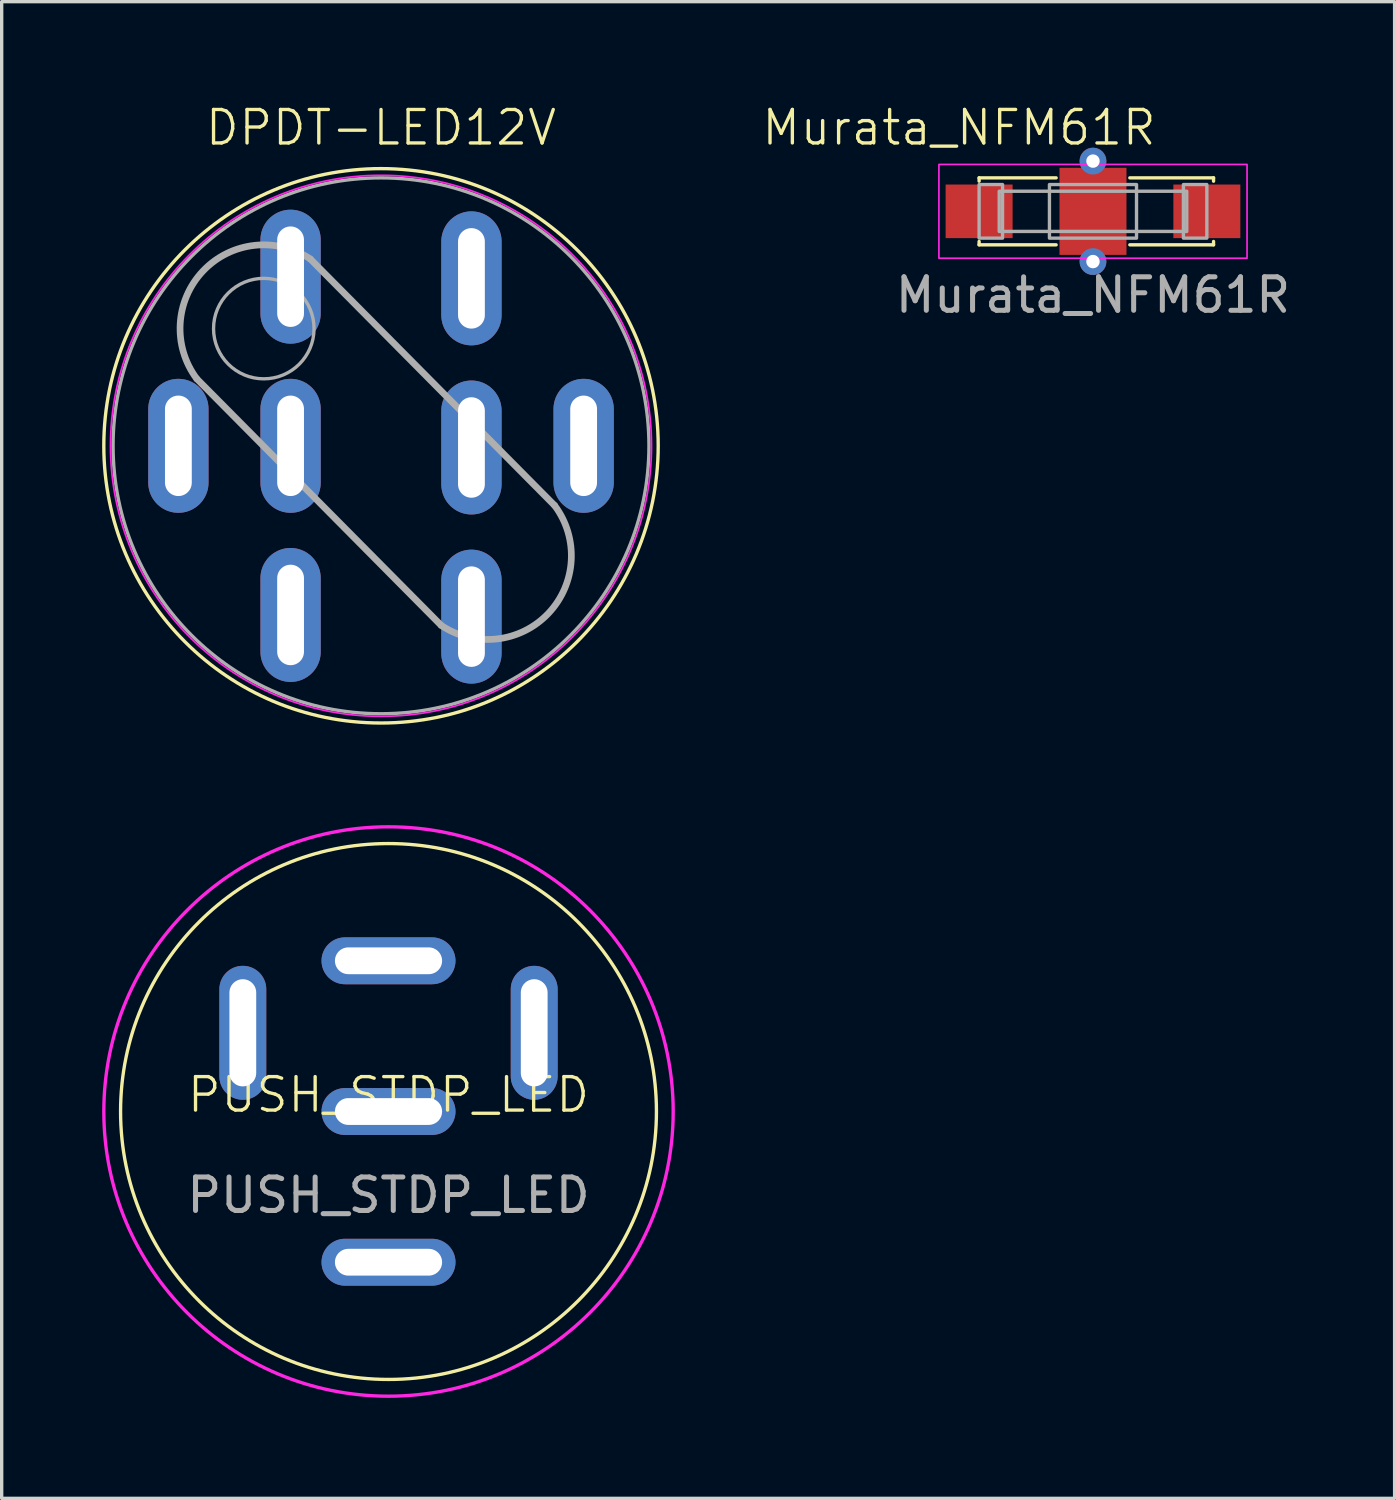
<source format=kicad_pcb>
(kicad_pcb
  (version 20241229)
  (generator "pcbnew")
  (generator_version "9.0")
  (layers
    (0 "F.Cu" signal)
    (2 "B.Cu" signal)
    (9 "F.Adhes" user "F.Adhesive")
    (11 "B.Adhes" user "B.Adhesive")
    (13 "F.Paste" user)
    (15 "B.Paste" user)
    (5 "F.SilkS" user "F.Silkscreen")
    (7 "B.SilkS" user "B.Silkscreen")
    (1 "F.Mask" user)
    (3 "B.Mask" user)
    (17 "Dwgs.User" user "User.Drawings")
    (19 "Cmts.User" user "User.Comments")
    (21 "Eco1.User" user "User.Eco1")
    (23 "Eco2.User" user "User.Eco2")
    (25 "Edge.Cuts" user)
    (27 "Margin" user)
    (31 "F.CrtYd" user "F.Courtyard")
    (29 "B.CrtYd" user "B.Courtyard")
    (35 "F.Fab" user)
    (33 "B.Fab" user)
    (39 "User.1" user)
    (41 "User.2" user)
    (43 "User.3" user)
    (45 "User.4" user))
  (footprint "DPDT-LED12V"
    (layer "F.Cu")
    (at 8.326 10.261)
    (property "Reference" "DPDT-LED12V" (at 0 -9.5 0) (unlocked yes) (layer "F.SilkS") (effects (font (size 1 1) (thickness 0.1))))
    (attr through_hole)
    (fp_circle (center 0 0) (end -7.5 3.5) (stroke (width 0.1) (type default)) (fill no) (layer "F.SilkS"))
    (fp_circle (center 0 0) (end -7.5 3) (stroke (width 0.05) (type default)) (fill no) (layer "F.CrtYd"))
    (fp_line (start 1.797 5.362) (end -5.5 -2) (stroke (width 0.2) (type default)) (layer "F.Fab"))
    (fp_line (start 5.184 1.782) (end -2.113 -5.58) (stroke (width 0.2) (type default)) (layer "F.Fab"))
    (fp_arc (start -5.5 -2) (mid -5.316134 -5.218038) (end -2.11325 -5.580126) (stroke (width 0.2) (type default)) (layer "F.Fab"))
    (fp_arc (start 5.183866 1.781962) (mid 5 4.999999) (end 1.797116 5.362088) (stroke (width 0.2) (type default)) (layer "F.Fab"))
    (fp_circle (center -3.5 -3.5) (end -3.5 -5) (stroke (width 0.1) (type solid)) (fill no) (layer "F.Fab"))
    (fp_circle (center 0 0) (end 0 -8) (stroke (width 0.1) (type default)) (fill no) (layer "F.Fab"))
    (pad "C1" thru_hole oval (at -2.7 -5.05 90) (size 4 1.8) (drill oval 3 0.8) (layers "*.Cu" "*.Mask"))
    (pad "C2" thru_hole oval (at 2.7 -5 90) (size 4 1.8) (drill oval 3 0.8) (layers "*.Cu" "*.Mask"))
    (pad "L1" thru_hole oval (at -6.05 0 90) (size 4 1.8) (drill oval 3 0.8) (layers "*.Cu" "*.Mask"))
    (pad "L2" thru_hole oval (at 6.05 0 90) (size 4 1.8) (drill oval 3 0.8) (layers "*.Cu" "*.Mask"))
    (pad "NC1" thru_hole oval (at -2.7 5.05 90) (size 4 1.8) (drill oval 3 0.8) (layers "*.Cu" "*.Mask"))
    (pad "NC2" thru_hole oval (at 2.7 5.1 90) (size 4 1.8) (drill oval 3 0.8) (layers "*.Cu" "*.Mask"))
    (pad "NO1" thru_hole oval (at -2.7 0 90) (size 4 1.8) (drill oval 3 0.8) (layers "*.Cu" "*.Mask"))
    (pad "NO2" thru_hole oval (at 2.7 0.05 90) (size 4 1.8) (drill oval 3 0.8) (layers "*.Cu" "*.Mask")))
  (footprint "Murata_NFM61R"
    (layer "F.Cu")
    (at 29.584 3.26)
    (property "Reference" "Murata_NFM61R" (at -4 -2.5 0) (unlocked yes) (layer "F.SilkS") (effects (font (size 1 1) (thickness 0.1))))
    (attr smd)
    (fp_line (start -3.4 -1) (end -1.1 -1) (stroke (width 0.1) (type default)) (layer "F.SilkS"))
    (fp_line (start -3.4 -0.9) (end -3.4 -1) (stroke (width 0.1) (type default)) (layer "F.SilkS"))
    (fp_line (start -3.4 1) (end -3.4 0.9) (stroke (width 0.1) (type default)) (layer "F.SilkS"))
    (fp_line (start -1.1 1) (end -3.4 1) (stroke (width 0.1) (type default)) (layer "F.SilkS"))
    (fp_line (start 1.1 -1) (end 3.6 -1) (stroke (width 0.1) (type default)) (layer "F.SilkS"))
    (fp_line (start 3.6 -1) (end 3.6 -0.9) (stroke (width 0.1) (type default)) (layer "F.SilkS"))
    (fp_line (start 3.6 0.9) (end 3.6 1) (stroke (width 0.1) (type default)) (layer "F.SilkS"))
    (fp_line (start 3.6 1) (end 1.1 1) (stroke (width 0.1) (type default)) (layer "F.SilkS"))
    (fp_rect (start -4.6 -1.4) (end 4.6 1.4) (stroke (width 0.05) (type default)) (fill no) (layer "F.CrtYd"))
    (fp_rect (start -3.4 -0.8) (end -2.7 0.8) (stroke (width 0.1) (type solid)) (fill no) (layer "F.Fab"))
    (fp_rect (start -2.8 -0.6) (end 2.8 0.6) (stroke (width 0.1) (type default)) (fill no) (layer "F.Fab"))
    (fp_rect (start -1.3 -0.8) (end 1.3 0.8) (stroke (width 0.1) (type solid)) (fill no) (layer "F.Fab"))
    (fp_rect (start 3.4 -0.8) (end 2.7 0.8) (stroke (width 0.1) (type solid)) (fill no) (layer "F.Fab"))
    (fp_text user "${REFERENCE}" (at 0 2.5 0) (unlocked yes) (layer "F.Fab") (effects (font (size 1 1) (thickness 0.15))))
    (pad "1" smd rect (at -3.4 0) (size 2 1.6) (layers "F.Cu" "F.Mask" "F.Paste"))
    (pad "2" thru_hole circle (at 0 -1.5) (size 0.8 0.8) (drill 0.4) (layers "*.Cu" "*.Mask"))
    (pad "2" smd rect (at 0 0) (size 2 2.6) (layers "F.Cu" "F.Mask" "F.Paste"))
    (pad "2" thru_hole circle (at 0 1.5) (size 0.8 0.8) (drill 0.4) (layers "*.Cu" "*.Mask"))
    (pad "3" smd rect (at 3.4 0) (size 2 1.6) (layers "F.Cu" "F.Mask" "F.Paste")))
  (footprint "PUSH_STDP_LED"
    (layer "F.Cu")
    (at 8.55 30.137)
    (property "Reference" "PUSH_STDP_LED" (at 0 -0.5 0) (unlocked yes) (layer "F.SilkS") (effects (font (size 1 1) (thickness 0.1))))
    (attr through_hole)
    (fp_circle (center 0 0) (end 0 -8) (stroke (width 0.1) (type default)) (fill no) (layer "F.SilkS"))
    (fp_circle (center 0 0) (end 8.5 0) (stroke (width 0.1) (type default)) (fill no) (layer "F.CrtYd"))
    (fp_text user "${REFERENCE}" (at 0 2.5 0) (unlocked yes) (layer "F.Fab") (effects (font (size 1 1) (thickness 0.15))))
    (pad "C" thru_hole oval (at 0 4.5) (size 4 1.4) (drill oval 3.2 0.8) (layers "*.Cu" "*.Mask"))
    (pad "L1" thru_hole oval (at 4.35 -2.35 90) (size 4 1.4) (drill oval 3.2 0.8) (layers "*.Cu" "*.Mask"))
    (pad "L2" thru_hole oval (at -4.35 -2.35 90) (size 4 1.4) (drill oval 3.2 0.8) (layers "*.Cu" "*.Mask"))
    (pad "NC" thru_hole oval (at 0 -4.5) (size 4 1.4) (drill oval 3.2 0.8) (layers "*.Cu" "*.Mask"))
    (pad "NO" thru_hole oval (at 0 0) (size 4 1.4) (drill oval 3.2 0.8) (layers "*.Cu" "*.Mask")))
  (gr_rect
    (start -3 -3)
    (end 38.59 41.687)
    (stroke (width 0.1) (type default))
    (fill no)
    (layer "Edge.Cuts")))
</source>
